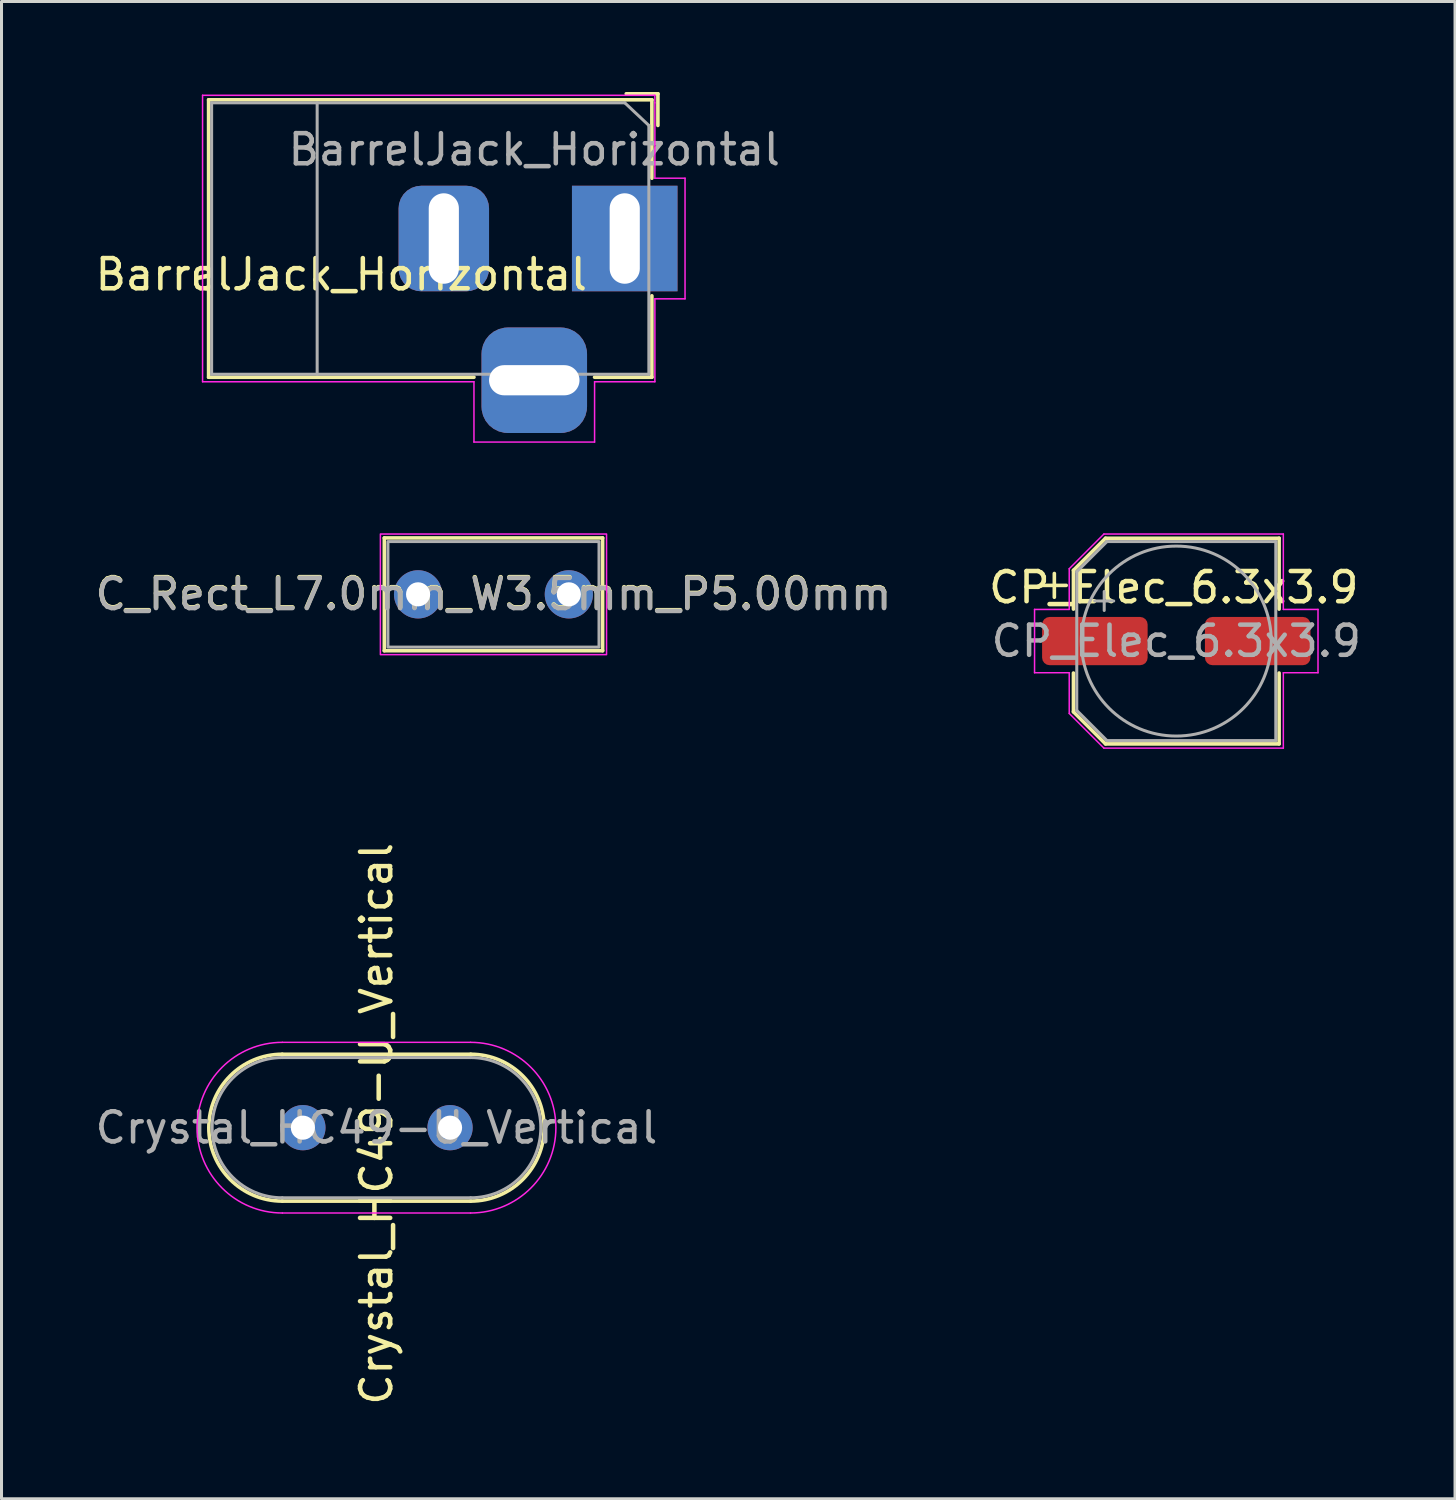
<source format=kicad_pcb>
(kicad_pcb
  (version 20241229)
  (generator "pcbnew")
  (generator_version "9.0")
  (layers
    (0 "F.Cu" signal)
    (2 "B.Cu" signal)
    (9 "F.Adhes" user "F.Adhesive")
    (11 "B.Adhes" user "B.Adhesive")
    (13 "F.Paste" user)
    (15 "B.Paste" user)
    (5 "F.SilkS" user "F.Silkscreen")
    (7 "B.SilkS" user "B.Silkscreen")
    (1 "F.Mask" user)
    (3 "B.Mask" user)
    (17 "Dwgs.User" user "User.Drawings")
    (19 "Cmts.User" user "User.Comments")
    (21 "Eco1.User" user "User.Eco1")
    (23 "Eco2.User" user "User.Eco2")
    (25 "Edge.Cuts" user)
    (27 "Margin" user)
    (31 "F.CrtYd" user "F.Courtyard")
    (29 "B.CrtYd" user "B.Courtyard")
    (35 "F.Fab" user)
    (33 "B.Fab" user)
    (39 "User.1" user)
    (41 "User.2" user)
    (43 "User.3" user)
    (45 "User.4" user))
  (footprint "Crystal_HC49-U_Vertical"
    (layer "F.Cu")
    (at 6.995 34.347)
    (property "Reference" "Crystal_HC49-U_Vertical" (at 2.44 -0.127 90) (layer "F.SilkS") (effects (font (size 1 1) (thickness 0.15))))
    (attr through_hole)
    (fp_line (start -0.685 -2.435) (end 5.565 -2.435) (stroke (width 0.12) (type solid)) (layer "F.SilkS"))
    (fp_line (start -0.685 2.435) (end 5.565 2.435) (stroke (width 0.12) (type solid)) (layer "F.SilkS"))
    (fp_arc (start -0.685 2.435) (mid -3.12 0) (end -0.685 -2.435) (stroke (width 0.12) (type solid)) (layer "F.SilkS"))
    (fp_arc (start 5.565 -2.435) (mid 8 0) (end 5.565 2.435) (stroke (width 0.12) (type solid)) (layer "F.SilkS"))
    (fp_line (start -0.68 -2.83) (end 5.56 -2.83) (stroke (width 0.05) (type solid)) (layer "F.CrtYd"))
    (fp_line (start -0.68 2.83) (end 5.56 2.83) (stroke (width 0.05) (type solid)) (layer "F.CrtYd"))
    (fp_arc (start -0.68 2.83) (mid -3.51 0) (end -0.68 -2.83) (stroke (width 0.05) (type solid)) (layer "F.CrtYd"))
    (fp_arc (start 5.56 -2.83) (mid 8.39 0) (end 5.56 2.83) (stroke (width 0.05) (type solid)) (layer "F.CrtYd"))
    (fp_line (start -0.685 -2.325) (end 5.565 -2.325) (stroke (width 0.1) (type solid)) (layer "F.Fab"))
    (fp_line (start -0.685 2.325) (end 5.565 2.325) (stroke (width 0.1) (type solid)) (layer "F.Fab"))
    (fp_arc (start -0.685 2.325) (mid -3.01 0) (end -0.685 -2.325) (stroke (width 0.1) (type solid)) (layer "F.Fab"))
    (fp_arc (start 5.565 -2.325) (mid 7.89 0) (end 5.565 2.325) (stroke (width 0.1) (type solid)) (layer "F.Fab"))
    (fp_text user "${REFERENCE}" (at 2.44 0 180) (layer "F.Fab") (effects (font (size 1 1) (thickness 0.15))))
    (pad "1" thru_hole circle (at 0 0) (size 1.5 1.5) (drill 0.8) (layers "*.Cu" "*.Mask"))
    (pad "2" thru_hole circle (at 4.88 0) (size 1.5 1.5) (drill 0.8) (layers "*.Cu" "*.Mask")))
  (footprint "C_Rect_L7.0mm_W3.5mm_P5.00mm"
    (layer "F.Cu")
    (at 10.815 16.66)
    (property "Reference" "C_Rect_L7.0mm_W3.5mm_P5.00mm" (at 2.5 -0.025 180) (layer "F.SilkS") (effects (font (size 1 1) (thickness 0.15))))
    (attr through_hole)
    (fp_line (start -1.12 -1.87) (end -1.12 1.87) (stroke (width 0.12) (type solid)) (layer "F.SilkS"))
    (fp_line (start -1.12 -1.87) (end 6.12 -1.87) (stroke (width 0.12) (type solid)) (layer "F.SilkS"))
    (fp_line (start -1.12 1.87) (end 6.12 1.87) (stroke (width 0.12) (type solid)) (layer "F.SilkS"))
    (fp_line (start 6.12 -1.87) (end 6.12 1.87) (stroke (width 0.12) (type solid)) (layer "F.SilkS"))
    (fp_rect (start -1.25 -2) (end 6.25 2) (stroke (width 0.05) (type solid)) (fill no) (layer "F.CrtYd"))
    (fp_rect (start -1 -1.75) (end 6 1.75) (stroke (width 0.1) (type solid)) (fill no) (layer "F.Fab"))
    (fp_text user "${REFERENCE}" (at 2.5 0 180) (layer "F.Fab") (effects (font (size 1 1) (thickness 0.15))))
    (pad "1" thru_hole circle (at 0 0) (size 1.6 1.6) (drill 0.8) (layers "*.Cu" "*.Mask"))
    (pad "2" thru_hole circle (at 5 0) (size 1.6 1.6) (drill 0.8) (layers "*.Cu" "*.Mask")))
  (footprint "CP_Elec_6.3x3.9"
    (layer "F.Cu")
    (at 35.959 18.21)
    (property "Reference" "CP_Elec_6.3x3.9" (at -0.084 -1.778 180) (layer "F.SilkS") (effects (font (size 1 1) (thickness 0.15))))
    (attr smd)
    (fp_line (start -4.438 -1.847) (end -3.65 -1.847) (stroke (width 0.12) (type solid)) (layer "F.SilkS"))
    (fp_line (start -4.044 -2.241) (end -4.044 -1.454) (stroke (width 0.12) (type solid)) (layer "F.SilkS"))
    (fp_line (start -3.41 -2.346) (end -3.41 -1.06) (stroke (width 0.12) (type solid)) (layer "F.SilkS"))
    (fp_line (start -3.41 -2.346) (end -2.346 -3.41) (stroke (width 0.12) (type solid)) (layer "F.SilkS"))
    (fp_line (start -3.41 2.346) (end -3.41 1.06) (stroke (width 0.12) (type solid)) (layer "F.SilkS"))
    (fp_line (start -3.41 2.346) (end -2.346 3.41) (stroke (width 0.12) (type solid)) (layer "F.SilkS"))
    (fp_line (start -2.346 -3.41) (end 3.41 -3.41) (stroke (width 0.12) (type solid)) (layer "F.SilkS"))
    (fp_line (start -2.346 3.41) (end 3.41 3.41) (stroke (width 0.12) (type solid)) (layer "F.SilkS"))
    (fp_line (start 3.41 -3.41) (end 3.41 -1.06) (stroke (width 0.12) (type solid)) (layer "F.SilkS"))
    (fp_line (start 3.41 3.41) (end 3.41 1.06) (stroke (width 0.12) (type solid)) (layer "F.SilkS"))
    (fp_line (start -4.7 -1.05) (end -4.7 1.05) (stroke (width 0.05) (type solid)) (layer "F.CrtYd"))
    (fp_line (start -4.7 1.05) (end -3.55 1.05) (stroke (width 0.05) (type solid)) (layer "F.CrtYd"))
    (fp_line (start -3.55 -2.4) (end -3.55 -1.05) (stroke (width 0.05) (type solid)) (layer "F.CrtYd"))
    (fp_line (start -3.55 -2.4) (end -2.4 -3.55) (stroke (width 0.05) (type solid)) (layer "F.CrtYd"))
    (fp_line (start -3.55 -1.05) (end -4.7 -1.05) (stroke (width 0.05) (type solid)) (layer "F.CrtYd"))
    (fp_line (start -3.55 1.05) (end -3.55 2.4) (stroke (width 0.05) (type solid)) (layer "F.CrtYd"))
    (fp_line (start -3.55 2.4) (end -2.4 3.55) (stroke (width 0.05) (type solid)) (layer "F.CrtYd"))
    (fp_line (start -2.4 -3.55) (end 3.55 -3.55) (stroke (width 0.05) (type solid)) (layer "F.CrtYd"))
    (fp_line (start -2.4 3.55) (end 3.55 3.55) (stroke (width 0.05) (type solid)) (layer "F.CrtYd"))
    (fp_line (start 3.55 -3.55) (end 3.55 -1.05) (stroke (width 0.05) (type solid)) (layer "F.CrtYd"))
    (fp_line (start 3.55 -1.05) (end 4.7 -1.05) (stroke (width 0.05) (type solid)) (layer "F.CrtYd"))
    (fp_line (start 3.55 1.05) (end 3.55 3.55) (stroke (width 0.05) (type solid)) (layer "F.CrtYd"))
    (fp_line (start 4.7 -1.05) (end 4.7 1.05) (stroke (width 0.05) (type solid)) (layer "F.CrtYd"))
    (fp_line (start 4.7 1.05) (end 3.55 1.05) (stroke (width 0.05) (type solid)) (layer "F.CrtYd"))
    (fp_line (start -3.3 -2.3) (end -3.3 2.3) (stroke (width 0.1) (type solid)) (layer "F.Fab"))
    (fp_line (start -3.3 -2.3) (end -2.3 -3.3) (stroke (width 0.1) (type solid)) (layer "F.Fab"))
    (fp_line (start -3.3 2.3) (end -2.3 3.3) (stroke (width 0.1) (type solid)) (layer "F.Fab"))
    (fp_line (start -2.705 -1.33) (end -2.075 -1.33) (stroke (width 0.1) (type solid)) (layer "F.Fab"))
    (fp_line (start -2.39 -1.645) (end -2.39 -1.015) (stroke (width 0.1) (type solid)) (layer "F.Fab"))
    (fp_line (start -2.3 -3.3) (end 3.3 -3.3) (stroke (width 0.1) (type solid)) (layer "F.Fab"))
    (fp_line (start -2.3 3.3) (end 3.3 3.3) (stroke (width 0.1) (type solid)) (layer "F.Fab"))
    (fp_line (start 3.3 -3.3) (end 3.3 3.3) (stroke (width 0.1) (type solid)) (layer "F.Fab"))
    (fp_circle (center 0 0) (end 3.15 0) (stroke (width 0.1) (type solid)) (fill no) (layer "F.Fab"))
    (fp_text user "${REFERENCE}" (at 0 0 180) (layer "F.Fab") (effects (font (size 1 1) (thickness 0.15))))
    (pad "1" smd roundrect (at -2.7 0) (size 3.5 1.6) (layers "F.Cu" "F.Mask" "F.Paste") (roundrect_rratio 0.156))
    (pad "2" smd roundrect (at 2.7 0) (size 3.5 1.6) (layers "F.Cu" "F.Mask" "F.Paste") (roundrect_rratio 0.156)))
  (footprint "BarrelJack_Horizontal"
    (layer "F.Cu")
    (at 17.668 4.86)
    (property "Reference" "BarrelJack_Horizontal" (at -9.4 1.194 180) (layer "F.SilkS") (effects (font (size 1 1) (thickness 0.15))))
    (attr through_hole)
    (fp_line (start -13.8 -4.6) (end 0.9 -4.6) (stroke (width 0.12) (type solid)) (layer "F.SilkS"))
    (fp_line (start -13.8 4.6) (end -13.8 -4.6) (stroke (width 0.12) (type solid)) (layer "F.SilkS"))
    (fp_line (start -5 4.6) (end -13.8 4.6) (stroke (width 0.12) (type solid)) (layer "F.SilkS"))
    (fp_line (start 0.05 -4.8) (end 1.1 -4.8) (stroke (width 0.12) (type solid)) (layer "F.SilkS"))
    (fp_line (start 0.9 -4.6) (end 0.9 -2) (stroke (width 0.12) (type solid)) (layer "F.SilkS"))
    (fp_line (start 0.9 1.9) (end 0.9 4.6) (stroke (width 0.12) (type solid)) (layer "F.SilkS"))
    (fp_line (start 0.9 4.6) (end -1 4.6) (stroke (width 0.12) (type solid)) (layer "F.SilkS"))
    (fp_line (start 1.1 -3.75) (end 1.1 -4.8) (stroke (width 0.12) (type solid)) (layer "F.SilkS"))
    (fp_line (start -14 4.75) (end -14 -4.75) (stroke (width 0.05) (type solid)) (layer "F.CrtYd"))
    (fp_line (start -5 4.75) (end -14 4.75) (stroke (width 0.05) (type solid)) (layer "F.CrtYd"))
    (fp_line (start -5 6.75) (end -5 4.75) (stroke (width 0.05) (type solid)) (layer "F.CrtYd"))
    (fp_line (start -1 4.75) (end -1 6.75) (stroke (width 0.05) (type solid)) (layer "F.CrtYd"))
    (fp_line (start -1 6.75) (end -5 6.75) (stroke (width 0.05) (type solid)) (layer "F.CrtYd"))
    (fp_line (start 1 -4.75) (end -14 -4.75) (stroke (width 0.05) (type solid)) (layer "F.CrtYd"))
    (fp_line (start 1 -4.5) (end 1 -4.75) (stroke (width 0.05) (type solid)) (layer "F.CrtYd"))
    (fp_line (start 1 -4.5) (end 1 -2) (stroke (width 0.05) (type solid)) (layer "F.CrtYd"))
    (fp_line (start 1 -2) (end 2 -2) (stroke (width 0.05) (type solid)) (layer "F.CrtYd"))
    (fp_line (start 1 2) (end 1 4.75) (stroke (width 0.05) (type solid)) (layer "F.CrtYd"))
    (fp_line (start 1 4.75) (end -1 4.75) (stroke (width 0.05) (type solid)) (layer "F.CrtYd"))
    (fp_line (start 2 -2) (end 2 2) (stroke (width 0.05) (type solid)) (layer "F.CrtYd"))
    (fp_line (start 2 2) (end 1 2) (stroke (width 0.05) (type solid)) (layer "F.CrtYd"))
    (fp_line (start -13.7 -4.5) (end -13.7 4.5) (stroke (width 0.1) (type solid)) (layer "F.Fab"))
    (fp_line (start -13.7 4.5) (end 0.8 4.5) (stroke (width 0.1) (type solid)) (layer "F.Fab"))
    (fp_line (start -10.2 -4.5) (end -10.2 4.5) (stroke (width 0.1) (type solid)) (layer "F.Fab"))
    (fp_line (start -0.003 -4.505) (end 0.8 -3.75) (stroke (width 0.1) (type solid)) (layer "F.Fab"))
    (fp_line (start 0 -4.5) (end -13.7 -4.5) (stroke (width 0.1) (type solid)) (layer "F.Fab"))
    (fp_line (start 0.8 4.5) (end 0.8 -3.75) (stroke (width 0.1) (type solid)) (layer "F.Fab"))
    (fp_text user "${REFERENCE}" (at -3 -2.95 180) (layer "F.Fab") (effects (font (size 1 1) (thickness 0.15))))
    (pad "1" thru_hole rect (at 0 0) (size 3.5 3.5) (drill oval 1 3) (layers "*.Cu" "*.Mask"))
    (pad "2" thru_hole roundrect (at -6 0) (size 3 3.5) (drill oval 1 3) (layers "*.Cu" "*.Mask") (roundrect_rratio 0.25))
    (pad "3" thru_hole roundrect (at -3 4.7) (size 3.5 3.5) (drill oval 3 1) (layers "*.Cu" "*.Mask") (roundrect_rratio 0.25)))
  (gr_rect
    (start -3 -3)
    (end 45.203 46.654)
    (stroke (width 0.1) (type default))
    (fill no)
    (layer "Edge.Cuts")))
</source>
